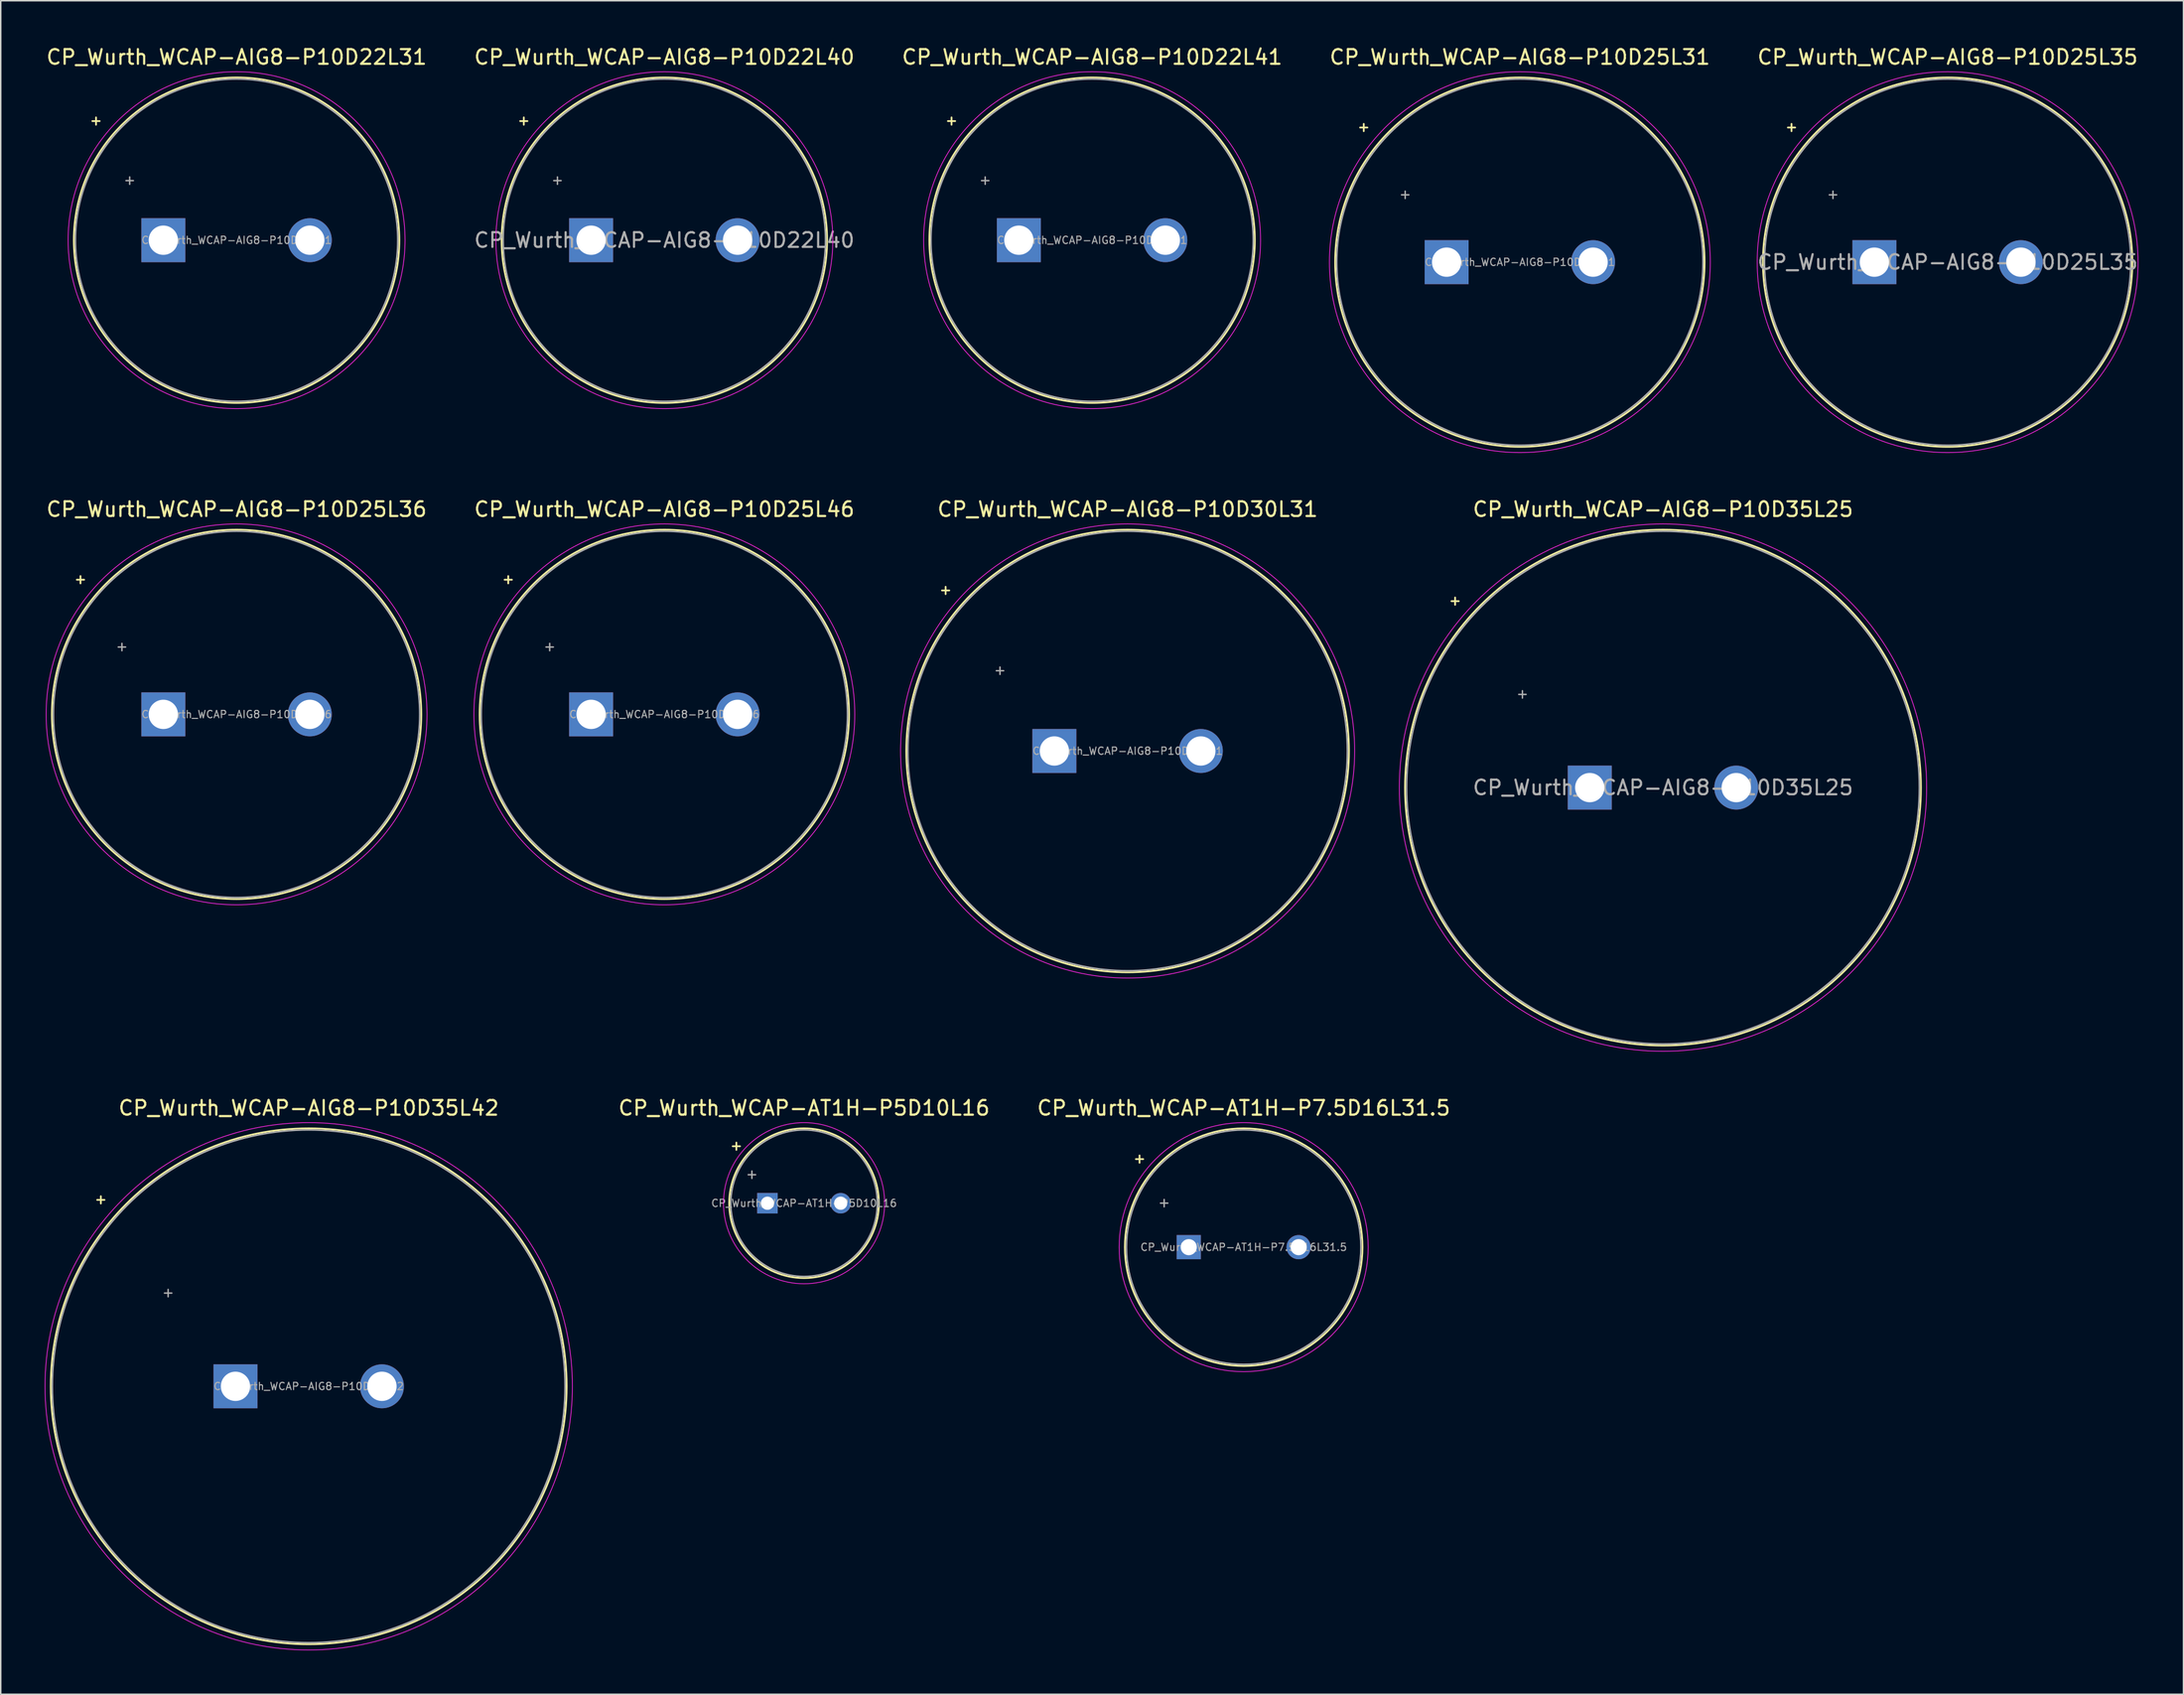
<source format=kicad_pcb>
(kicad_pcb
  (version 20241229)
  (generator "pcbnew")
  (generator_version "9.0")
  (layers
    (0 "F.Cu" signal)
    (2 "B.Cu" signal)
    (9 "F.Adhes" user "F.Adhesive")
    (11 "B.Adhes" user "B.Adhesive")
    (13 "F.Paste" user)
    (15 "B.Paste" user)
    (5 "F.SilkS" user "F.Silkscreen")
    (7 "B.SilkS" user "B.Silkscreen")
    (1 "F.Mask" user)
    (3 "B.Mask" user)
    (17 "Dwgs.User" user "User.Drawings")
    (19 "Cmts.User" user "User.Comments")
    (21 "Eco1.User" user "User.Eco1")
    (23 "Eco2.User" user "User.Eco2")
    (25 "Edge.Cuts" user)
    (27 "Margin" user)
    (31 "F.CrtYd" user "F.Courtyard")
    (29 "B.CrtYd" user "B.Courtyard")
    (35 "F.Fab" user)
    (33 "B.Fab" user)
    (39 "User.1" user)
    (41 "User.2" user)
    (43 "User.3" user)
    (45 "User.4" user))
  (footprint "CP_Wurth_WCAP-AIG8-P10D22L41"
    (layer "F.Cu")
    (at 66.506 13.348)
    (property "Reference" "CP_Wurth_WCAP-AIG8-P10D22L41" (at 5 -12.5 0) (unlocked yes) (layer "F.SilkS") (effects (font (size 1 1) (thickness 0.15))))
    (attr through_hole)
    (fp_line (start -4.846 -8.132) (end -4.346 -8.132) (stroke (width 0.12) (type solid)) (layer "F.SilkS"))
    (fp_line (start -4.596 -7.882) (end -4.596 -8.382) (stroke (width 0.12) (type solid)) (layer "F.SilkS"))
    (fp_circle (center 5 0) (end 16.11 0) (stroke (width 0.12) (type solid)) (fill no) (layer "F.SilkS"))
    (fp_circle (center 5 0) (end 16.5 0) (stroke (width 0.05) (type solid)) (fill no) (layer "F.CrtYd"))
    (fp_line (start -2.548 -4.066) (end -2.048 -4.066) (stroke (width 0.1) (type default)) (layer "F.Fab"))
    (fp_line (start -2.298 -3.816) (end -2.298 -4.316) (stroke (width 0.1) (type default)) (layer "F.Fab"))
    (fp_circle (center 5 0) (end 16 0) (stroke (width 0.1) (type solid)) (fill no) (layer "F.Fab"))
    (fp_text user "${REFERENCE}" (at 5 0 0) (unlocked yes) (layer "F.Fab") (effects (font (size 0.5 0.5) (thickness 0.075))))
    (pad "1" thru_hole rect (at 0 0) (size 3 3) (drill 2) (layers "*.Cu" "*.Mask"))
    (pad "2" thru_hole circle (at 10 0) (size 3 3) (drill 2) (layers "*.Cu" "*.Mask")))
  (footprint "CP_Wurth_WCAP-AIG8-P10D35L25"
    (layer "F.Cu")
    (at 105.48 50.721)
    (property "Reference" "CP_Wurth_WCAP-AIG8-P10D35L25" (at 5 -19 0) (unlocked yes) (layer "F.SilkS") (effects (font (size 1 1) (thickness 0.15))))
    (attr through_hole)
    (fp_line (start -9.442 -12.728) (end -8.942 -12.728) (stroke (width 0.12) (type solid)) (layer "F.SilkS"))
    (fp_line (start -9.192 -12.478) (end -9.192 -12.978) (stroke (width 0.12) (type solid)) (layer "F.SilkS"))
    (fp_circle (center 5 0) (end 22.61 0) (stroke (width 0.12) (type solid)) (fill no) (layer "F.SilkS"))
    (fp_circle (center 5 0) (end 23 0) (stroke (width 0.05) (type solid)) (fill no) (layer "F.CrtYd"))
    (fp_line (start -4.846 -6.364) (end -4.346 -6.364) (stroke (width 0.1) (type default)) (layer "F.Fab"))
    (fp_line (start -4.596 -6.114) (end -4.596 -6.614) (stroke (width 0.1) (type default)) (layer "F.Fab"))
    (fp_circle (center 5 0) (end 22.5 0) (stroke (width 0.1) (type solid)) (fill no) (layer "F.Fab"))
    (fp_text user "${REFERENCE}" (at 5 0 0) (unlocked yes) (layer "F.Fab") (effects (font (size 1 1) (thickness 0.15))))
    (pad "1" thru_hole rect (at 0 0) (size 3 3) (drill 2) (layers "*.Cu" "*.Mask"))
    (pad "2" thru_hole circle (at 10 0) (size 3 3) (drill 2) (layers "*.Cu" "*.Mask")))
  (footprint "CP_Wurth_WCAP-AIG8-P10D35L42"
    (layer "F.Cu")
    (at 13.025 91.595)
    (property "Reference" "CP_Wurth_WCAP-AIG8-P10D35L42" (at 5 -19 0) (unlocked yes) (layer "F.SilkS") (effects (font (size 1 1) (thickness 0.15))))
    (attr through_hole)
    (fp_line (start -9.442 -12.728) (end -8.942 -12.728) (stroke (width 0.12) (type solid)) (layer "F.SilkS"))
    (fp_line (start -9.192 -12.478) (end -9.192 -12.978) (stroke (width 0.12) (type solid)) (layer "F.SilkS"))
    (fp_circle (center 5 0) (end 22.61 0) (stroke (width 0.12) (type solid)) (fill no) (layer "F.SilkS"))
    (fp_circle (center 5 0) (end 23 0) (stroke (width 0.05) (type solid)) (fill no) (layer "F.CrtYd"))
    (fp_line (start -4.846 -6.364) (end -4.346 -6.364) (stroke (width 0.1) (type default)) (layer "F.Fab"))
    (fp_line (start -4.596 -6.114) (end -4.596 -6.614) (stroke (width 0.1) (type default)) (layer "F.Fab"))
    (fp_circle (center 5 0) (end 22.5 0) (stroke (width 0.1) (type solid)) (fill no) (layer "F.Fab"))
    (fp_text user "${REFERENCE}" (at 5 0 0) (unlocked yes) (layer "F.Fab") (effects (font (size 0.5 0.5) (thickness 0.075))))
    (pad "1" thru_hole rect (at 0 0) (size 3 3) (drill 2) (layers "*.Cu" "*.Mask"))
    (pad "2" thru_hole circle (at 10 0) (size 3 3) (drill 2) (layers "*.Cu" "*.Mask")))
  (footprint "CP_Wurth_WCAP-AIG8-P10D25L35"
    (layer "F.Cu")
    (at 124.911 14.848)
    (property "Reference" "CP_Wurth_WCAP-AIG8-P10D25L35" (at 5 -14 0) (unlocked yes) (layer "F.SilkS") (effects (font (size 1 1) (thickness 0.15))))
    (attr through_hole)
    (fp_line (start -5.907 -9.192) (end -5.407 -9.192) (stroke (width 0.12) (type solid)) (layer "F.SilkS"))
    (fp_line (start -5.657 -8.942) (end -5.657 -9.442) (stroke (width 0.12) (type solid)) (layer "F.SilkS"))
    (fp_circle (center 5 0) (end 17.61 0) (stroke (width 0.12) (type solid)) (fill no) (layer "F.SilkS"))
    (fp_circle (center 5 0) (end 18 0) (stroke (width 0.05) (type solid)) (fill no) (layer "F.CrtYd"))
    (fp_line (start -3.078 -4.596) (end -2.578 -4.596) (stroke (width 0.1) (type default)) (layer "F.Fab"))
    (fp_line (start -2.828 -4.346) (end -2.828 -4.846) (stroke (width 0.1) (type default)) (layer "F.Fab"))
    (fp_circle (center 5 0) (end 17.5 0) (stroke (width 0.1) (type solid)) (fill no) (layer "F.Fab"))
    (fp_text user "${REFERENCE}" (at 5 0 0) (unlocked yes) (layer "F.Fab") (effects (font (size 1 1) (thickness 0.15))))
    (pad "1" thru_hole rect (at 0 0) (size 3 3) (drill 2) (layers "*.Cu" "*.Mask"))
    (pad "2" thru_hole circle (at 10 0) (size 3 3) (drill 2) (layers "*.Cu" "*.Mask")))
  (footprint "CP_Wurth_WCAP-AIG8-P10D30L31"
    (layer "F.Cu")
    (at 68.93 48.221)
    (property "Reference" "CP_Wurth_WCAP-AIG8-P10D30L31" (at 5 -16.5 0) (unlocked yes) (layer "F.SilkS") (effects (font (size 1 1) (thickness 0.15))))
    (attr through_hole)
    (fp_line (start -7.675 -10.96) (end -7.175 -10.96) (stroke (width 0.12) (type solid)) (layer "F.SilkS"))
    (fp_line (start -7.425 -10.71) (end -7.425 -11.21) (stroke (width 0.12) (type solid)) (layer "F.SilkS"))
    (fp_circle (center 5 0) (end 20.11 0) (stroke (width 0.12) (type solid)) (fill no) (layer "F.SilkS"))
    (fp_circle (center 5 0) (end 20.5 0) (stroke (width 0.05) (type solid)) (fill no) (layer "F.CrtYd"))
    (fp_line (start -3.962 -5.48) (end -3.462 -5.48) (stroke (width 0.1) (type default)) (layer "F.Fab"))
    (fp_line (start -3.712 -5.23) (end -3.712 -5.73) (stroke (width 0.1) (type default)) (layer "F.Fab"))
    (fp_circle (center 5 0) (end 20 0) (stroke (width 0.1) (type solid)) (fill no) (layer "F.Fab"))
    (fp_text user "${REFERENCE}" (at 5 0 0) (unlocked yes) (layer "F.Fab") (effects (font (size 0.5 0.5) (thickness 0.075))))
    (pad "1" thru_hole rect (at 0 0) (size 3 3) (drill 2) (layers "*.Cu" "*.Mask"))
    (pad "2" thru_hole circle (at 10 0) (size 3 3) (drill 2) (layers "*.Cu" "*.Mask")))
  (footprint "CP_Wurth_WCAP-AIG8-P10D22L40"
    (layer "F.Cu")
    (at 37.304 13.348)
    (property "Reference" "CP_Wurth_WCAP-AIG8-P10D22L40" (at 5 -12.5 0) (unlocked yes) (layer "F.SilkS") (effects (font (size 1 1) (thickness 0.15))))
    (attr through_hole)
    (fp_line (start -4.846 -8.132) (end -4.346 -8.132) (stroke (width 0.12) (type solid)) (layer "F.SilkS"))
    (fp_line (start -4.596 -7.882) (end -4.596 -8.382) (stroke (width 0.12) (type solid)) (layer "F.SilkS"))
    (fp_circle (center 5 0) (end 16.11 0) (stroke (width 0.12) (type solid)) (fill no) (layer "F.SilkS"))
    (fp_circle (center 5 0) (end 16.5 0) (stroke (width 0.05) (type solid)) (fill no) (layer "F.CrtYd"))
    (fp_line (start -2.548 -4.066) (end -2.048 -4.066) (stroke (width 0.1) (type default)) (layer "F.Fab"))
    (fp_line (start -2.298 -3.816) (end -2.298 -4.316) (stroke (width 0.1) (type default)) (layer "F.Fab"))
    (fp_circle (center 5 0) (end 16 0) (stroke (width 0.1) (type solid)) (fill no) (layer "F.Fab"))
    (fp_text user "${REFERENCE}" (at 5 0 0) (unlocked yes) (layer "F.Fab") (effects (font (size 1 1) (thickness 0.15))))
    (pad "1" thru_hole rect (at 0 0) (size 3 3) (drill 2) (layers "*.Cu" "*.Mask"))
    (pad "2" thru_hole circle (at 10 0) (size 3 3) (drill 2) (layers "*.Cu" "*.Mask")))
  (footprint "CP_Wurth_WCAP-AT1H-P5D10L16"
    (layer "F.Cu")
    (at 49.342 79.095)
    (property "Reference" "CP_Wurth_WCAP-AT1H-P5D10L16" (at 2.5 -6.5 0) (unlocked yes) (layer "F.SilkS") (effects (font (size 1 1) (thickness 0.15))))
    (attr through_hole)
    (fp_line (start -2.371 -3.889) (end -1.871 -3.889) (stroke (width 0.12) (type solid)) (layer "F.SilkS"))
    (fp_line (start -2.121 -3.639) (end -2.121 -4.139) (stroke (width 0.12) (type solid)) (layer "F.SilkS"))
    (fp_circle (center 2.5 0) (end 7.61 0) (stroke (width 0.12) (type solid)) (fill no) (layer "F.SilkS"))
    (fp_circle (center 2.5 0) (end 8 0) (stroke (width 0.05) (type solid)) (fill no) (layer "F.CrtYd"))
    (fp_line (start -1.311 -1.945) (end -0.811 -1.945) (stroke (width 0.1) (type default)) (layer "F.Fab"))
    (fp_line (start -1.061 -1.695) (end -1.061 -2.195) (stroke (width 0.1) (type default)) (layer "F.Fab"))
    (fp_circle (center 2.5 0) (end 7.5 0) (stroke (width 0.1) (type solid)) (fill no) (layer "F.Fab"))
    (fp_text user "${REFERENCE}" (at 2.5 0 0) (unlocked yes) (layer "F.Fab") (effects (font (size 0.5 0.5) (thickness 0.075))))
    (pad "1" thru_hole rect (at 0 0) (size 1.4 1.4) (drill 0.9) (layers "*.Cu" "*.Mask"))
    (pad "2" thru_hole circle (at 5 0) (size 1.4 1.4) (drill 0.9) (layers "*.Cu" "*.Mask")))
  (footprint "CP_Wurth_WCAP-AIG8-P10D22L31"
    (layer "F.Cu")
    (at 8.101 13.348)
    (property "Reference" "CP_Wurth_WCAP-AIG8-P10D22L31" (at 5 -12.5 0) (unlocked yes) (layer "F.SilkS") (effects (font (size 1 1) (thickness 0.15))))
    (attr through_hole)
    (fp_line (start -4.846 -8.132) (end -4.346 -8.132) (stroke (width 0.12) (type solid)) (layer "F.SilkS"))
    (fp_line (start -4.596 -7.882) (end -4.596 -8.382) (stroke (width 0.12) (type solid)) (layer "F.SilkS"))
    (fp_circle (center 5 0) (end 16.11 0) (stroke (width 0.12) (type solid)) (fill no) (layer "F.SilkS"))
    (fp_circle (center 5 0) (end 16.5 0) (stroke (width 0.05) (type solid)) (fill no) (layer "F.CrtYd"))
    (fp_line (start -2.548 -4.066) (end -2.048 -4.066) (stroke (width 0.1) (type default)) (layer "F.Fab"))
    (fp_line (start -2.298 -3.816) (end -2.298 -4.316) (stroke (width 0.1) (type default)) (layer "F.Fab"))
    (fp_circle (center 5 0) (end 16 0) (stroke (width 0.1) (type solid)) (fill no) (layer "F.Fab"))
    (fp_text user "${REFERENCE}" (at 5 0 0) (unlocked yes) (layer "F.Fab") (effects (font (size 0.5 0.5) (thickness 0.075))))
    (pad "1" thru_hole rect (at 0 0) (size 3 3) (drill 2) (layers "*.Cu" "*.Mask"))
    (pad "2" thru_hole circle (at 10 0) (size 3 3) (drill 2) (layers "*.Cu" "*.Mask")))
  (footprint "CP_Wurth_WCAP-AIG8-P10D25L31"
    (layer "F.Cu")
    (at 95.708 14.848)
    (property "Reference" "CP_Wurth_WCAP-AIG8-P10D25L31" (at 5 -14 0) (unlocked yes) (layer "F.SilkS") (effects (font (size 1 1) (thickness 0.15))))
    (attr through_hole)
    (fp_line (start -5.907 -9.192) (end -5.407 -9.192) (stroke (width 0.12) (type solid)) (layer "F.SilkS"))
    (fp_line (start -5.657 -8.942) (end -5.657 -9.442) (stroke (width 0.12) (type solid)) (layer "F.SilkS"))
    (fp_circle (center 5 0) (end 17.61 0) (stroke (width 0.12) (type solid)) (fill no) (layer "F.SilkS"))
    (fp_circle (center 5 0) (end 18 0) (stroke (width 0.05) (type solid)) (fill no) (layer "F.CrtYd"))
    (fp_line (start -3.078 -4.596) (end -2.578 -4.596) (stroke (width 0.1) (type default)) (layer "F.Fab"))
    (fp_line (start -2.828 -4.346) (end -2.828 -4.846) (stroke (width 0.1) (type default)) (layer "F.Fab"))
    (fp_circle (center 5 0) (end 17.5 0) (stroke (width 0.1) (type solid)) (fill no) (layer "F.Fab"))
    (fp_text user "${REFERENCE}" (at 5 0 0) (unlocked yes) (layer "F.Fab") (effects (font (size 0.5 0.5) (thickness 0.075))))
    (pad "1" thru_hole rect (at 0 0) (size 3 3) (drill 2) (layers "*.Cu" "*.Mask"))
    (pad "2" thru_hole circle (at 10 0) (size 3 3) (drill 2) (layers "*.Cu" "*.Mask")))
  (footprint "CP_Wurth_WCAP-AIG8-P10D25L36"
    (layer "F.Cu")
    (at 8.101 45.721)
    (property "Reference" "CP_Wurth_WCAP-AIG8-P10D25L36" (at 5 -14 0) (unlocked yes) (layer "F.SilkS") (effects (font (size 1 1) (thickness 0.15))))
    (attr through_hole)
    (fp_line (start -5.907 -9.192) (end -5.407 -9.192) (stroke (width 0.12) (type solid)) (layer "F.SilkS"))
    (fp_line (start -5.657 -8.942) (end -5.657 -9.442) (stroke (width 0.12) (type solid)) (layer "F.SilkS"))
    (fp_circle (center 5 0) (end 17.61 0) (stroke (width 0.12) (type solid)) (fill no) (layer "F.SilkS"))
    (fp_circle (center 5 0) (end 18 0) (stroke (width 0.05) (type solid)) (fill no) (layer "F.CrtYd"))
    (fp_line (start -3.078 -4.596) (end -2.578 -4.596) (stroke (width 0.1) (type default)) (layer "F.Fab"))
    (fp_line (start -2.828 -4.346) (end -2.828 -4.846) (stroke (width 0.1) (type default)) (layer "F.Fab"))
    (fp_circle (center 5 0) (end 17.5 0) (stroke (width 0.1) (type solid)) (fill no) (layer "F.Fab"))
    (fp_text user "${REFERENCE}" (at 5 0 0) (unlocked yes) (layer "F.Fab") (effects (font (size 0.5 0.5) (thickness 0.075))))
    (pad "1" thru_hole rect (at 0 0) (size 3 3) (drill 2) (layers "*.Cu" "*.Mask"))
    (pad "2" thru_hole circle (at 10 0) (size 3 3) (drill 2) (layers "*.Cu" "*.Mask")))
  (footprint "CP_Wurth_WCAP-AIG8-P10D25L46"
    (layer "F.Cu")
    (at 37.304 45.721)
    (property "Reference" "CP_Wurth_WCAP-AIG8-P10D25L46" (at 5 -14 0) (unlocked yes) (layer "F.SilkS") (effects (font (size 1 1) (thickness 0.15))))
    (attr through_hole)
    (fp_line (start -5.907 -9.192) (end -5.407 -9.192) (stroke (width 0.12) (type solid)) (layer "F.SilkS"))
    (fp_line (start -5.657 -8.942) (end -5.657 -9.442) (stroke (width 0.12) (type solid)) (layer "F.SilkS"))
    (fp_circle (center 5 0) (end 17.61 0) (stroke (width 0.12) (type solid)) (fill no) (layer "F.SilkS"))
    (fp_circle (center 5 0) (end 18 0) (stroke (width 0.05) (type solid)) (fill no) (layer "F.CrtYd"))
    (fp_line (start -3.078 -4.596) (end -2.578 -4.596) (stroke (width 0.1) (type default)) (layer "F.Fab"))
    (fp_line (start -2.828 -4.346) (end -2.828 -4.846) (stroke (width 0.1) (type default)) (layer "F.Fab"))
    (fp_circle (center 5 0) (end 17.5 0) (stroke (width 0.1) (type solid)) (fill no) (layer "F.Fab"))
    (fp_text user "${REFERENCE}" (at 5 0 0) (unlocked yes) (layer "F.Fab") (effects (font (size 0.5 0.5) (thickness 0.075))))
    (pad "1" thru_hole rect (at 0 0) (size 3 3) (drill 2) (layers "*.Cu" "*.Mask"))
    (pad "2" thru_hole circle (at 10 0) (size 3 3) (drill 2) (layers "*.Cu" "*.Mask")))
  (footprint "CP_Wurth_WCAP-AT1H-P7.5D16L31.5"
    (layer "F.Cu")
    (at 78.104 82.095)
    (property "Reference" "CP_Wurth_WCAP-AT1H-P7.5D16L31.5" (at 3.75 -9.5 0) (unlocked yes) (layer "F.SilkS") (effects (font (size 1 1) (thickness 0.15))))
    (attr through_hole)
    (fp_line (start -3.609 -6.01) (end -3.109 -6.01) (stroke (width 0.12) (type solid)) (layer "F.SilkS"))
    (fp_line (start -3.359 -5.76) (end -3.359 -6.26) (stroke (width 0.12) (type solid)) (layer "F.SilkS"))
    (fp_circle (center 3.75 0) (end 11.86 0) (stroke (width 0.12) (type solid)) (fill no) (layer "F.SilkS"))
    (fp_circle (center 3.75 0) (end 12.25 0) (stroke (width 0.05) (type solid)) (fill no) (layer "F.CrtYd"))
    (fp_line (start -1.929 -3.005) (end -1.429 -3.005) (stroke (width 0.1) (type default)) (layer "F.Fab"))
    (fp_line (start -1.679 -2.755) (end -1.679 -3.255) (stroke (width 0.1) (type default)) (layer "F.Fab"))
    (fp_circle (center 3.75 0) (end 11.75 0) (stroke (width 0.1) (type solid)) (fill no) (layer "F.Fab"))
    (fp_text user "${REFERENCE}" (at 3.75 0 0) (unlocked yes) (layer "F.Fab") (effects (font (size 0.5 0.5) (thickness 0.075))))
    (pad "1" thru_hole rect (at 0 0) (size 1.65 1.65) (drill 1.1) (layers "*.Cu" "*.Mask"))
    (pad "2" thru_hole circle (at 7.5 0) (size 1.65 1.65) (drill 1.1) (layers "*.Cu" "*.Mask")))
  (gr_rect
    (start -3 -3)
    (end 146.012 112.62)
    (stroke (width 0.1) (type default))
    (fill no)
    (layer "Edge.Cuts")))
</source>
